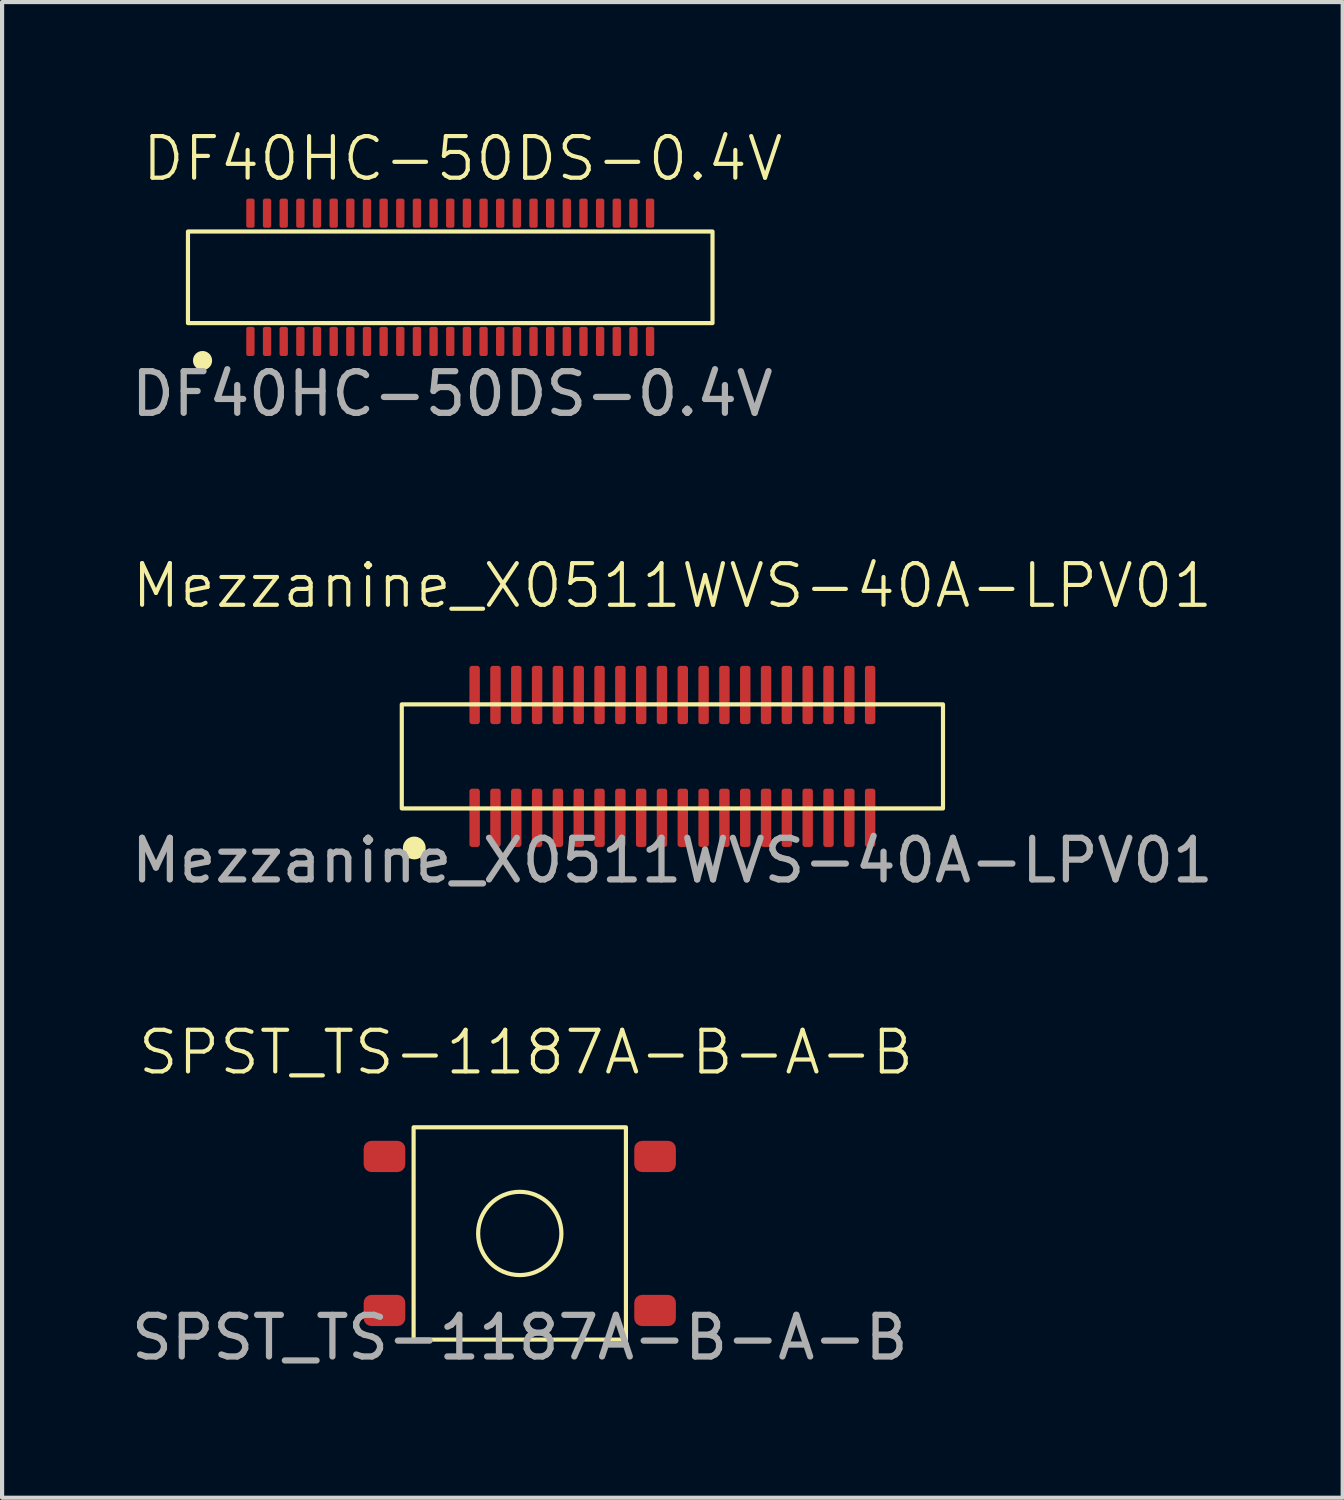
<source format=kicad_pcb>
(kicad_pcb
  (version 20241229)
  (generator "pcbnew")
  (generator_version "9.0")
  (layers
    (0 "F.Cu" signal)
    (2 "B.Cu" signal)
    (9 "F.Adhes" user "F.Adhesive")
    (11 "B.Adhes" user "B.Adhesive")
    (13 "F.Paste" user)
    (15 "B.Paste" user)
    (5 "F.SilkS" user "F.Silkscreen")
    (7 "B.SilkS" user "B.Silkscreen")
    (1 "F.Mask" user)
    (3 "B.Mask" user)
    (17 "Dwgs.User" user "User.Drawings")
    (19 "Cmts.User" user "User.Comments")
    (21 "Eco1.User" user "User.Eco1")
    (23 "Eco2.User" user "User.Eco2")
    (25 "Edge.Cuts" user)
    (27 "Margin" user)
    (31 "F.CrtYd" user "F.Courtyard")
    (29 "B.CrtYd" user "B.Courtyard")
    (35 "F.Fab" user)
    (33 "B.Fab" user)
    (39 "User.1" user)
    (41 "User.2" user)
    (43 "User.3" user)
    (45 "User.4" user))
  (footprint "DF40HC-50DS-0.4V"
    (layer "F.Cu")
    (at 7.765 3.611)
    (property "Reference" "DF40HC-50DS-0.4V" (at 0.3 -2.85 0) (unlocked yes) (layer "F.SilkS") (effects (font (size 1 1) (thickness 0.1))))
    (attr smd)
    (fp_rect (start -6.3 -1.1) (end 6.3 1.1) (stroke (width 0.1) (type default)) (fill no) (layer "F.SilkS"))
    (fp_circle (center -5.95 2) (end -5.77 2) (stroke (width 0.1) (type solid)) (fill yes) (layer "F.SilkS"))
    (fp_text user "${REFERENCE}" (at 0.05 2.8 0) (unlocked yes) (layer "F.Fab") (effects (font (size 1 1) (thickness 0.15))))
    (pad "1" smd roundrect (at -4.8 1.54) (size 0.2 0.7) (layers "F.Cu" "F.Mask" "F.Paste") (roundrect_rratio 0.25))
    (pad "2" smd roundrect (at -4.8 -1.54) (size 0.2 0.7) (layers "F.Cu" "F.Mask" "F.Paste") (roundrect_rratio 0.25))
    (pad "3" smd roundrect (at -4.4 1.54) (size 0.2 0.7) (layers "F.Cu" "F.Mask" "F.Paste") (roundrect_rratio 0.25))
    (pad "4" smd roundrect (at -4.4 -1.54) (size 0.2 0.7) (layers "F.Cu" "F.Mask" "F.Paste") (roundrect_rratio 0.25))
    (pad "5" smd roundrect (at -4 1.54) (size 0.2 0.7) (layers "F.Cu" "F.Mask" "F.Paste") (roundrect_rratio 0.25))
    (pad "6" smd roundrect (at -4 -1.54) (size 0.2 0.7) (layers "F.Cu" "F.Mask" "F.Paste") (roundrect_rratio 0.25))
    (pad "7" smd roundrect (at -3.6 1.54) (size 0.2 0.7) (layers "F.Cu" "F.Mask" "F.Paste") (roundrect_rratio 0.25))
    (pad "8" smd roundrect (at -3.6 -1.54) (size 0.2 0.7) (layers "F.Cu" "F.Mask" "F.Paste") (roundrect_rratio 0.25))
    (pad "9" smd roundrect (at -3.2 1.54) (size 0.2 0.7) (layers "F.Cu" "F.Mask" "F.Paste") (roundrect_rratio 0.25))
    (pad "10" smd roundrect (at -3.2 -1.54) (size 0.2 0.7) (layers "F.Cu" "F.Mask" "F.Paste") (roundrect_rratio 0.25))
    (pad "11" smd roundrect (at -2.8 1.54) (size 0.2 0.7) (layers "F.Cu" "F.Mask" "F.Paste") (roundrect_rratio 0.25))
    (pad "12" smd roundrect (at -2.8 -1.54) (size 0.2 0.7) (layers "F.Cu" "F.Mask" "F.Paste") (roundrect_rratio 0.25))
    (pad "13" smd roundrect (at -2.4 1.54) (size 0.2 0.7) (layers "F.Cu" "F.Mask" "F.Paste") (roundrect_rratio 0.25))
    (pad "14" smd roundrect (at -2.4 -1.54) (size 0.2 0.7) (layers "F.Cu" "F.Mask" "F.Paste") (roundrect_rratio 0.25))
    (pad "15" smd roundrect (at -2 1.54) (size 0.2 0.7) (layers "F.Cu" "F.Mask" "F.Paste") (roundrect_rratio 0.25))
    (pad "16" smd roundrect (at -2 -1.54) (size 0.2 0.7) (layers "F.Cu" "F.Mask" "F.Paste") (roundrect_rratio 0.25))
    (pad "17" smd roundrect (at -1.6 1.54) (size 0.2 0.7) (layers "F.Cu" "F.Mask" "F.Paste") (roundrect_rratio 0.25))
    (pad "18" smd roundrect (at -1.6 -1.54) (size 0.2 0.7) (layers "F.Cu" "F.Mask" "F.Paste") (roundrect_rratio 0.25))
    (pad "19" smd roundrect (at -1.2 1.54) (size 0.2 0.7) (layers "F.Cu" "F.Mask" "F.Paste") (roundrect_rratio 0.25))
    (pad "20" smd roundrect (at -1.2 -1.54) (size 0.2 0.7) (layers "F.Cu" "F.Mask" "F.Paste") (roundrect_rratio 0.25))
    (pad "21" smd roundrect (at -0.8 1.54) (size 0.2 0.7) (layers "F.Cu" "F.Mask" "F.Paste") (roundrect_rratio 0.25))
    (pad "22" smd roundrect (at -0.8 -1.54) (size 0.2 0.7) (layers "F.Cu" "F.Mask" "F.Paste") (roundrect_rratio 0.25))
    (pad "23" smd roundrect (at -0.4 1.54) (size 0.2 0.7) (layers "F.Cu" "F.Mask" "F.Paste") (roundrect_rratio 0.25))
    (pad "24" smd roundrect (at -0.4 -1.54) (size 0.2 0.7) (layers "F.Cu" "F.Mask" "F.Paste") (roundrect_rratio 0.25))
    (pad "25" smd roundrect (at 0 1.54) (size 0.2 0.7) (layers "F.Cu" "F.Mask" "F.Paste") (roundrect_rratio 0.25))
    (pad "26" smd roundrect (at 0 -1.54) (size 0.2 0.7) (layers "F.Cu" "F.Mask" "F.Paste") (roundrect_rratio 0.25))
    (pad "27" smd roundrect (at 0.4 1.54) (size 0.2 0.7) (layers "F.Cu" "F.Mask" "F.Paste") (roundrect_rratio 0.25))
    (pad "28" smd roundrect (at 0.4 -1.54) (size 0.2 0.7) (layers "F.Cu" "F.Mask" "F.Paste") (roundrect_rratio 0.25))
    (pad "29" smd roundrect (at 0.8 1.54) (size 0.2 0.7) (layers "F.Cu" "F.Mask" "F.Paste") (roundrect_rratio 0.25))
    (pad "30" smd roundrect (at 0.8 -1.54) (size 0.2 0.7) (layers "F.Cu" "F.Mask" "F.Paste") (roundrect_rratio 0.25))
    (pad "31" smd roundrect (at 1.2 1.54) (size 0.2 0.7) (layers "F.Cu" "F.Mask" "F.Paste") (roundrect_rratio 0.25))
    (pad "32" smd roundrect (at 1.2 -1.54) (size 0.2 0.7) (layers "F.Cu" "F.Mask" "F.Paste") (roundrect_rratio 0.25))
    (pad "33" smd roundrect (at 1.6 1.54) (size 0.2 0.7) (layers "F.Cu" "F.Mask" "F.Paste") (roundrect_rratio 0.25))
    (pad "34" smd roundrect (at 1.6 -1.54) (size 0.2 0.7) (layers "F.Cu" "F.Mask" "F.Paste") (roundrect_rratio 0.25))
    (pad "35" smd roundrect (at 2 1.54) (size 0.2 0.7) (layers "F.Cu" "F.Mask" "F.Paste") (roundrect_rratio 0.25))
    (pad "36" smd roundrect (at 2 -1.54) (size 0.2 0.7) (layers "F.Cu" "F.Mask" "F.Paste") (roundrect_rratio 0.25))
    (pad "37" smd roundrect (at 2.4 1.54) (size 0.2 0.7) (layers "F.Cu" "F.Mask" "F.Paste") (roundrect_rratio 0.25))
    (pad "38" smd roundrect (at 2.4 -1.54) (size 0.2 0.7) (layers "F.Cu" "F.Mask" "F.Paste") (roundrect_rratio 0.25))
    (pad "39" smd roundrect (at 2.8 1.54) (size 0.2 0.7) (layers "F.Cu" "F.Mask" "F.Paste") (roundrect_rratio 0.25))
    (pad "40" smd roundrect (at 2.8 -1.54) (size 0.2 0.7) (layers "F.Cu" "F.Mask" "F.Paste") (roundrect_rratio 0.25))
    (pad "41" smd roundrect (at 3.2 1.54) (size 0.2 0.7) (layers "F.Cu" "F.Mask" "F.Paste") (roundrect_rratio 0.25))
    (pad "42" smd roundrect (at 3.2 -1.54) (size 0.2 0.7) (layers "F.Cu" "F.Mask" "F.Paste") (roundrect_rratio 0.25))
    (pad "43" smd roundrect (at 3.6 1.54) (size 0.2 0.7) (layers "F.Cu" "F.Mask" "F.Paste") (roundrect_rratio 0.25))
    (pad "44" smd roundrect (at 3.6 -1.54) (size 0.2 0.7) (layers "F.Cu" "F.Mask" "F.Paste") (roundrect_rratio 0.25))
    (pad "45" smd roundrect (at 4 1.54) (size 0.2 0.7) (layers "F.Cu" "F.Mask" "F.Paste") (roundrect_rratio 0.25))
    (pad "46" smd roundrect (at 4 -1.54) (size 0.2 0.7) (layers "F.Cu" "F.Mask" "F.Paste") (roundrect_rratio 0.25))
    (pad "47" smd roundrect (at 4.4 1.54) (size 0.2 0.7) (layers "F.Cu" "F.Mask" "F.Paste") (roundrect_rratio 0.25))
    (pad "48" smd roundrect (at 4.4 -1.54) (size 0.2 0.7) (layers "F.Cu" "F.Mask" "F.Paste") (roundrect_rratio 0.25))
    (pad "49" smd roundrect (at 4.8 1.54) (size 0.2 0.7) (layers "F.Cu" "F.Mask" "F.Paste") (roundrect_rratio 0.25))
    (pad "50" smd roundrect (at 4.8 -1.54) (size 0.2 0.7) (layers "F.Cu" "F.Mask" "F.Paste") (roundrect_rratio 0.25))
    (zone (net_name "") (layer "F.Cu") (hatch edge 0.5) (connect_pads) (min_thickness 0.25) (filled_areas_thickness no) (keepout (tracks not_allowed) (vias not_allowed) (pads not_allowed) (copperpour not_allowed) (footprints not_allowed)) (placement (enabled no)) (fill) (polygon (pts (xy 2.615 1.611) (xy 12.915 1.611) (xy 12.915 3.16) (xy 2.615 3.16))))
    (zone (net_name "") (layer "F.Cu") (hatch edge 0.5) (connect_pads) (min_thickness 0.25) (filled_areas_thickness no) (keepout (tracks not_allowed) (vias not_allowed) (pads not_allowed) (copperpour not_allowed) (footprints not_allowed)) (placement (enabled no)) (fill) (polygon (pts (xy 2.615 4.051) (xy 12.915 4.051) (xy 12.915 5.601) (xy 2.615 5.601)))))
  (footprint "Mezzanine_X0511WVS-40A-LPV01"
    (layer "F.Cu")
    (at 13.101 15.119)
    (property "Reference" "Mezzanine_X0511WVS-40A-LPV01" (at 0 -4.1 0) (unlocked yes) (layer "F.SilkS") (effects (font (size 1 1) (thickness 0.1))))
    (attr smd)
    (fp_rect (start -6.5 -1.25) (end 6.5 1.25) (stroke (width 0.1) (type default)) (fill no) (layer "F.SilkS"))
    (fp_circle (center -6.2 2.2) (end -5.976 2.2) (stroke (width 0.1) (type solid)) (fill yes) (layer "F.SilkS"))
    (fp_text user "${REFERENCE}" (at 0 2.5 0) (unlocked yes) (layer "F.Fab") (effects (font (size 1 1) (thickness 0.15))))
    (pad "1" smd roundrect (at -4.75 1.475) (size 0.25 1.4) (layers "F.Cu" "F.Mask" "F.Paste") (roundrect_rratio 0.25))
    (pad "2" smd roundrect (at -4.75 -1.475) (size 0.25 1.4) (layers "F.Cu" "F.Mask" "F.Paste") (roundrect_rratio 0.25))
    (pad "3" smd roundrect (at -4.25 1.475) (size 0.25 1.4) (layers "F.Cu" "F.Mask" "F.Paste") (roundrect_rratio 0.25))
    (pad "4" smd roundrect (at -4.25 -1.475) (size 0.25 1.4) (layers "F.Cu" "F.Mask" "F.Paste") (roundrect_rratio 0.25))
    (pad "5" smd roundrect (at -3.75 1.475) (size 0.25 1.4) (layers "F.Cu" "F.Mask" "F.Paste") (roundrect_rratio 0.25))
    (pad "6" smd roundrect (at -3.75 -1.475) (size 0.25 1.4) (layers "F.Cu" "F.Mask" "F.Paste") (roundrect_rratio 0.25))
    (pad "7" smd roundrect (at -3.25 1.475) (size 0.25 1.4) (layers "F.Cu" "F.Mask" "F.Paste") (roundrect_rratio 0.25))
    (pad "8" smd roundrect (at -3.25 -1.475) (size 0.25 1.4) (layers "F.Cu" "F.Mask" "F.Paste") (roundrect_rratio 0.25))
    (pad "9" smd roundrect (at -2.75 1.475) (size 0.25 1.4) (layers "F.Cu" "F.Mask" "F.Paste") (roundrect_rratio 0.25))
    (pad "10" smd roundrect (at -2.75 -1.475) (size 0.25 1.4) (layers "F.Cu" "F.Mask" "F.Paste") (roundrect_rratio 0.25))
    (pad "11" smd roundrect (at -2.25 1.475) (size 0.25 1.4) (layers "F.Cu" "F.Mask" "F.Paste") (roundrect_rratio 0.25))
    (pad "12" smd roundrect (at -2.25 -1.475) (size 0.25 1.4) (layers "F.Cu" "F.Mask" "F.Paste") (roundrect_rratio 0.25))
    (pad "13" smd roundrect (at -1.75 1.475) (size 0.25 1.4) (layers "F.Cu" "F.Mask" "F.Paste") (roundrect_rratio 0.25))
    (pad "14" smd roundrect (at -1.75 -1.475) (size 0.25 1.4) (layers "F.Cu" "F.Mask" "F.Paste") (roundrect_rratio 0.25))
    (pad "15" smd roundrect (at -1.25 1.475) (size 0.25 1.4) (layers "F.Cu" "F.Mask" "F.Paste") (roundrect_rratio 0.25))
    (pad "16" smd roundrect (at -1.25 -1.475) (size 0.25 1.4) (layers "F.Cu" "F.Mask" "F.Paste") (roundrect_rratio 0.25))
    (pad "17" smd roundrect (at -0.75 1.475) (size 0.25 1.4) (layers "F.Cu" "F.Mask" "F.Paste") (roundrect_rratio 0.25))
    (pad "18" smd roundrect (at -0.75 -1.475) (size 0.25 1.4) (layers "F.Cu" "F.Mask" "F.Paste") (roundrect_rratio 0.25))
    (pad "19" smd roundrect (at -0.25 1.475) (size 0.25 1.4) (layers "F.Cu" "F.Mask" "F.Paste") (roundrect_rratio 0.25))
    (pad "20" smd roundrect (at -0.25 -1.475) (size 0.25 1.4) (layers "F.Cu" "F.Mask" "F.Paste") (roundrect_rratio 0.25))
    (pad "21" smd roundrect (at 0.25 1.475) (size 0.25 1.4) (layers "F.Cu" "F.Mask" "F.Paste") (roundrect_rratio 0.25))
    (pad "22" smd roundrect (at 0.25 -1.475) (size 0.25 1.4) (layers "F.Cu" "F.Mask" "F.Paste") (roundrect_rratio 0.25))
    (pad "23" smd roundrect (at 0.75 1.475) (size 0.25 1.4) (layers "F.Cu" "F.Mask" "F.Paste") (roundrect_rratio 0.25))
    (pad "24" smd roundrect (at 0.75 -1.475) (size 0.25 1.4) (layers "F.Cu" "F.Mask" "F.Paste") (roundrect_rratio 0.25))
    (pad "25" smd roundrect (at 1.25 1.475) (size 0.25 1.4) (layers "F.Cu" "F.Mask" "F.Paste") (roundrect_rratio 0.25))
    (pad "26" smd roundrect (at 1.25 -1.475) (size 0.25 1.4) (layers "F.Cu" "F.Mask" "F.Paste") (roundrect_rratio 0.25))
    (pad "27" smd roundrect (at 1.75 1.475) (size 0.25 1.4) (layers "F.Cu" "F.Mask" "F.Paste") (roundrect_rratio 0.25))
    (pad "28" smd roundrect (at 1.75 -1.475) (size 0.25 1.4) (layers "F.Cu" "F.Mask" "F.Paste") (roundrect_rratio 0.25))
    (pad "29" smd roundrect (at 2.25 1.475) (size 0.25 1.4) (layers "F.Cu" "F.Mask" "F.Paste") (roundrect_rratio 0.25))
    (pad "30" smd roundrect (at 2.25 -1.475) (size 0.25 1.4) (layers "F.Cu" "F.Mask" "F.Paste") (roundrect_rratio 0.25))
    (pad "31" smd roundrect (at 2.75 1.475) (size 0.25 1.4) (layers "F.Cu" "F.Mask" "F.Paste") (roundrect_rratio 0.25))
    (pad "32" smd roundrect (at 2.75 -1.475) (size 0.25 1.4) (layers "F.Cu" "F.Mask" "F.Paste") (roundrect_rratio 0.25))
    (pad "33" smd roundrect (at 3.25 1.475) (size 0.25 1.4) (layers "F.Cu" "F.Mask" "F.Paste") (roundrect_rratio 0.25))
    (pad "34" smd roundrect (at 3.25 -1.475) (size 0.25 1.4) (layers "F.Cu" "F.Mask" "F.Paste") (roundrect_rratio 0.25))
    (pad "35" smd roundrect (at 3.75 1.475) (size 0.25 1.4) (layers "F.Cu" "F.Mask" "F.Paste") (roundrect_rratio 0.25))
    (pad "36" smd roundrect (at 3.75 -1.475) (size 0.25 1.4) (layers "F.Cu" "F.Mask" "F.Paste") (roundrect_rratio 0.25))
    (pad "37" smd roundrect (at 4.25 1.475) (size 0.25 1.4) (layers "F.Cu" "F.Mask" "F.Paste") (roundrect_rratio 0.25))
    (pad "38" smd roundrect (at 4.25 -1.475) (size 0.25 1.4) (layers "F.Cu" "F.Mask" "F.Paste") (roundrect_rratio 0.25))
    (pad "39" smd roundrect (at 4.75 1.475) (size 0.25 1.4) (layers "F.Cu" "F.Mask" "F.Paste") (roundrect_rratio 0.25))
    (pad "40" smd roundrect (at 4.75 -1.475) (size 0.25 1.4) (layers "F.Cu" "F.Mask" "F.Paste") (roundrect_rratio 0.25)))
  (footprint "SPST_TS-1187A-B-A-B"
    (layer "F.Cu")
    (at 9.435 26.578)
    (property "Reference" "SPST_TS-1187A-B-A-B" (at 0.15 -4.35 0) (unlocked yes) (layer "F.SilkS") (effects (font (size 1 1) (thickness 0.1))))
    (attr smd)
    (fp_rect (start -2.55 -2.55) (end 2.55 2.55) (stroke (width 0.1) (type default)) (fill no) (layer "F.SilkS"))
    (fp_circle (center 0 0) (end 1 0) (stroke (width 0.1) (type default)) (fill no) (layer "F.SilkS"))
    (fp_text user "${REFERENCE}" (at 0 2.5 0) (unlocked yes) (layer "F.Fab") (effects (font (size 1 1) (thickness 0.15))))
    (pad "1" smd roundrect (at -3.25 -1.85) (size 1 0.75) (layers "F.Cu" "F.Mask" "F.Paste") (roundrect_rratio 0.25))
    (pad "1" smd roundrect (at 3.25 -1.85) (size 1 0.75) (layers "F.Cu" "F.Mask" "F.Paste") (roundrect_rratio 0.25))
    (pad "2" smd roundrect (at -3.25 1.85) (size 1 0.75) (layers "F.Cu" "F.Mask" "F.Paste") (roundrect_rratio 0.25))
    (pad "2" smd roundrect (at 3.25 1.85) (size 1 0.75) (layers "F.Cu" "F.Mask" "F.Paste") (roundrect_rratio 0.25)))
  (gr_rect
    (start -3 -3)
    (end 29.202 32.926)
    (stroke (width 0.1) (type default))
    (fill no)
    (layer "Edge.Cuts")))
</source>
